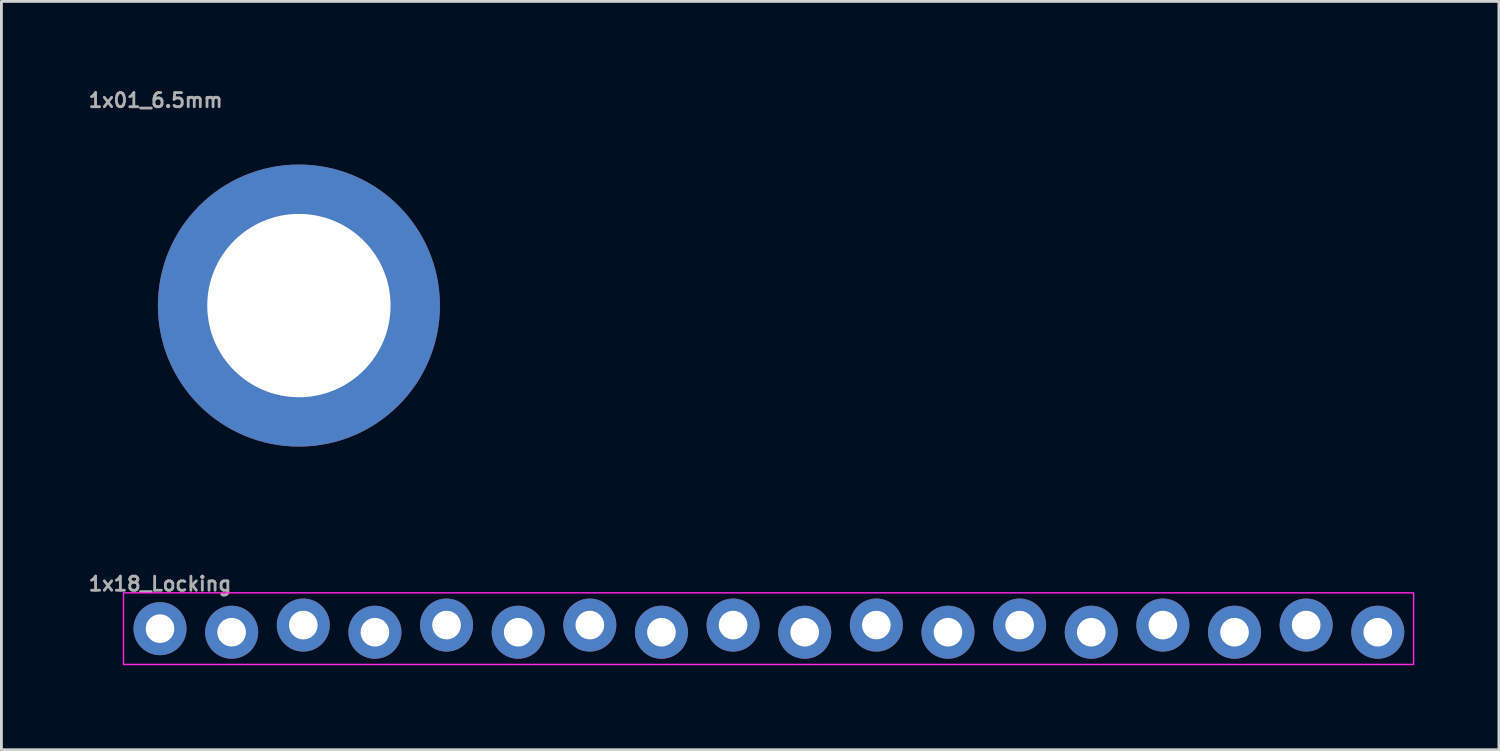
<source format=kicad_pcb>
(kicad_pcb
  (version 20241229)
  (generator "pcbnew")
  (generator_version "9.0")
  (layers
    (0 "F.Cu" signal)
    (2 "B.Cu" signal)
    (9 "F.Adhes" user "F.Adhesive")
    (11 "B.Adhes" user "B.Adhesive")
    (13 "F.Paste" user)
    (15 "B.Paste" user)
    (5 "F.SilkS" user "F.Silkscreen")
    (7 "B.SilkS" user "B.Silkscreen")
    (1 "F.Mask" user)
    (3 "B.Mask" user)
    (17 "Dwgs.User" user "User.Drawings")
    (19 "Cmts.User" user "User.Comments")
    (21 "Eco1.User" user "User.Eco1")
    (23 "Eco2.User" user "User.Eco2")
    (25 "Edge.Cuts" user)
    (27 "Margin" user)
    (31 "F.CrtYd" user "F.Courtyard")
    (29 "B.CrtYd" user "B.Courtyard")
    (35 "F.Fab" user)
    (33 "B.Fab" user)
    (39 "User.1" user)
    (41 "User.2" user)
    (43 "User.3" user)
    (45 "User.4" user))
  (footprint "1x18_Locking"
    (layer "F.Cu")
    (at 2.624 19.241)
    (property "Reference" "1x18_Locking" (at 0 -1.587 0) (layer "F.Fab") (effects (font (size 0.5 0.5) (thickness 0.1))))
    (fp_rect (start -1.295 -1.27) (end 44.45 1.27) (stroke (width 0.05) (type default)) (fill no) (layer "F.CrtYd"))
    (fp_poly (pts (xy -0.254 0.254) (xy 0.254 0.254) (xy 0.254 -0.254) (xy -0.254 -0.254)) (stroke (width 0.1) (type default)) (fill no) (layer "F.Fab"))
    (fp_poly (pts (xy 2.286 0.254) (xy 2.794 0.254) (xy 2.794 -0.254) (xy 2.286 -0.254)) (stroke (width 0.1) (type default)) (fill no) (layer "F.Fab"))
    (fp_poly (pts (xy 4.826 0.254) (xy 5.334 0.254) (xy 5.334 -0.254) (xy 4.826 -0.254)) (stroke (width 0.1) (type default)) (fill no) (layer "F.Fab"))
    (fp_poly (pts (xy 7.366 0.254) (xy 7.874 0.254) (xy 7.874 -0.254) (xy 7.366 -0.254)) (stroke (width 0.1) (type default)) (fill no) (layer "F.Fab"))
    (fp_poly (pts (xy 9.906 0.254) (xy 10.414 0.254) (xy 10.414 -0.254) (xy 9.906 -0.254)) (stroke (width 0.1) (type default)) (fill no) (layer "F.Fab"))
    (fp_poly (pts (xy 12.446 0.254) (xy 12.954 0.254) (xy 12.954 -0.254) (xy 12.446 -0.254)) (stroke (width 0.1) (type default)) (fill no) (layer "F.Fab"))
    (fp_poly (pts (xy 14.986 0.254) (xy 15.494 0.254) (xy 15.494 -0.254) (xy 14.986 -0.254)) (stroke (width 0.1) (type default)) (fill no) (layer "F.Fab"))
    (fp_poly (pts (xy 17.526 0.254) (xy 18.034 0.254) (xy 18.034 -0.254) (xy 17.526 -0.254)) (stroke (width 0.1) (type default)) (fill no) (layer "F.Fab"))
    (fp_poly (pts (xy 20.066 0.254) (xy 20.574 0.254) (xy 20.574 -0.254) (xy 20.066 -0.254)) (stroke (width 0.1) (type default)) (fill no) (layer "F.Fab"))
    (fp_poly (pts (xy 22.606 0.254) (xy 23.114 0.254) (xy 23.114 -0.254) (xy 22.606 -0.254)) (stroke (width 0.1) (type default)) (fill no) (layer "F.Fab"))
    (fp_poly (pts (xy 25.146 0.254) (xy 25.654 0.254) (xy 25.654 -0.254) (xy 25.146 -0.254)) (stroke (width 0.1) (type default)) (fill no) (layer "F.Fab"))
    (fp_poly (pts (xy 27.686 0.254) (xy 28.194 0.254) (xy 28.194 -0.254) (xy 27.686 -0.254)) (stroke (width 0.1) (type default)) (fill no) (layer "F.Fab"))
    (fp_poly (pts (xy 30.226 0.254) (xy 30.734 0.254) (xy 30.734 -0.254) (xy 30.226 -0.254)) (stroke (width 0.1) (type default)) (fill no) (layer "F.Fab"))
    (fp_poly (pts (xy 32.766 0.254) (xy 33.274 0.254) (xy 33.274 -0.254) (xy 32.766 -0.254)) (stroke (width 0.1) (type default)) (fill no) (layer "F.Fab"))
    (fp_poly (pts (xy 35.306 0.254) (xy 35.814 0.254) (xy 35.814 -0.254) (xy 35.306 -0.254)) (stroke (width 0.1) (type default)) (fill no) (layer "F.Fab"))
    (fp_poly (pts (xy 37.846 0.254) (xy 38.354 0.254) (xy 38.354 -0.254) (xy 37.846 -0.254)) (stroke (width 0.1) (type default)) (fill no) (layer "F.Fab"))
    (fp_poly (pts (xy 40.386 0.254) (xy 40.894 0.254) (xy 40.894 -0.254) (xy 40.386 -0.254)) (stroke (width 0.1) (type default)) (fill no) (layer "F.Fab"))
    (fp_poly (pts (xy 42.926 0.254) (xy 43.434 0.254) (xy 43.434 -0.254) (xy 42.926 -0.254)) (stroke (width 0.1) (type default)) (fill no) (layer "F.Fab"))
    (pad "1" thru_hole circle (at 0 0 90) (size 1.88 1.88) (drill 1.016) (layers "*.Cu" "*.Mask") (remove_unused_layers yes) (keep_end_layers yes) (zone_layer_connections))
    (pad "2" thru_hole circle (at 2.54 0.127 90) (size 1.88 1.88) (drill 1.016) (layers "*.Cu" "*.Mask") (remove_unused_layers yes) (keep_end_layers yes) (zone_layer_connections))
    (pad "3" thru_hole circle (at 5.08 -0.127 90) (size 1.88 1.88) (drill 1.016) (layers "*.Cu" "*.Mask") (remove_unused_layers yes) (keep_end_layers yes) (zone_layer_connections))
    (pad "4" thru_hole circle (at 7.62 0.127 90) (size 1.88 1.88) (drill 1.016) (layers "*.Cu" "*.Mask") (remove_unused_layers yes) (keep_end_layers yes) (zone_layer_connections))
    (pad "5" thru_hole circle (at 10.16 -0.127 90) (size 1.88 1.88) (drill 1.016) (layers "*.Cu" "*.Mask") (remove_unused_layers yes) (keep_end_layers yes) (zone_layer_connections))
    (pad "6" thru_hole circle (at 12.7 0.127 90) (size 1.88 1.88) (drill 1.016) (layers "*.Cu" "*.Mask") (remove_unused_layers yes) (keep_end_layers yes) (zone_layer_connections))
    (pad "7" thru_hole circle (at 15.24 -0.127 90) (size 1.88 1.88) (drill 1.016) (layers "*.Cu" "*.Mask") (remove_unused_layers yes) (keep_end_layers yes) (zone_layer_connections))
    (pad "8" thru_hole circle (at 17.78 0.127 90) (size 1.88 1.88) (drill 1.016) (layers "*.Cu" "*.Mask") (remove_unused_layers yes) (keep_end_layers yes) (zone_layer_connections))
    (pad "9" thru_hole circle (at 20.32 -0.127 90) (size 1.88 1.88) (drill 1.016) (layers "*.Cu" "*.Mask") (remove_unused_layers yes) (keep_end_layers yes) (zone_layer_connections))
    (pad "10" thru_hole circle (at 22.86 0.127 90) (size 1.88 1.88) (drill 1.016) (layers "*.Cu" "*.Mask") (remove_unused_layers yes) (keep_end_layers yes) (zone_layer_connections))
    (pad "11" thru_hole circle (at 25.4 -0.127 90) (size 1.88 1.88) (drill 1.016) (layers "*.Cu" "*.Mask") (remove_unused_layers yes) (keep_end_layers yes) (zone_layer_connections))
    (pad "12" thru_hole circle (at 27.94 0.127 90) (size 1.88 1.88) (drill 1.016) (layers "*.Cu" "*.Mask") (remove_unused_layers yes) (keep_end_layers yes) (zone_layer_connections))
    (pad "13" thru_hole circle (at 30.48 -0.127 90) (size 1.88 1.88) (drill 1.016) (layers "*.Cu" "*.Mask") (remove_unused_layers yes) (keep_end_layers yes) (zone_layer_connections))
    (pad "14" thru_hole circle (at 33.02 0.127 90) (size 1.88 1.88) (drill 1.016) (layers "*.Cu" "*.Mask") (remove_unused_layers yes) (keep_end_layers yes) (zone_layer_connections))
    (pad "15" thru_hole circle (at 35.56 -0.127 90) (size 1.88 1.88) (drill 1.016) (layers "*.Cu" "*.Mask") (remove_unused_layers yes) (keep_end_layers yes) (zone_layer_connections))
    (pad "16" thru_hole circle (at 38.1 0.127 90) (size 1.88 1.88) (drill 1.016) (layers "*.Cu" "*.Mask") (remove_unused_layers yes) (keep_end_layers yes) (zone_layer_connections))
    (pad "17" thru_hole circle (at 40.64 -0.127 90) (size 1.88 1.88) (drill 1.016) (layers "*.Cu" "*.Mask") (remove_unused_layers yes) (keep_end_layers yes) (zone_layer_connections))
    (pad "18" thru_hole circle (at 43.18 0.127 90) (size 1.88 1.88) (drill 1.016) (layers "*.Cu" "*.Mask") (remove_unused_layers yes) (keep_end_layers yes) (zone_layer_connections)))
  (footprint "1x01_6.5mm"
    (layer "F.Cu")
    (at 7.549 7.785)
    (property "Reference" "1x01_6.5mm" (at -5.08 -6.985 0) (layer "F.Fab") (effects (font (size 0.5 0.5) (thickness 0.1)) (justify bottom)))
    (attr smd)
    (fp_poly (pts (xy -6.35 -6.35) (xy 6.35 -6.35) (xy 6.35 6.35) (xy -6.35 6.35)) (stroke (width 0.1) (type solid)) (fill yes) (layer "F.Mask"))
    (fp_poly (pts (xy -6.35 -6.35) (xy 6.35 -6.35) (xy 6.35 6.35) (xy -6.35 6.35)) (stroke (width 0.1) (type solid)) (fill yes) (layer "B.Mask"))
    (pad "1" thru_hole circle (at 0 0) (size 10 10) (drill 6.5) (layers "*.Cu" "*.Mask")))
  (gr_rect
    (start -3 -3)
    (end 50.099 23.535)
    (stroke (width 0.1) (type default))
    (fill no)
    (layer "Edge.Cuts")))
</source>
